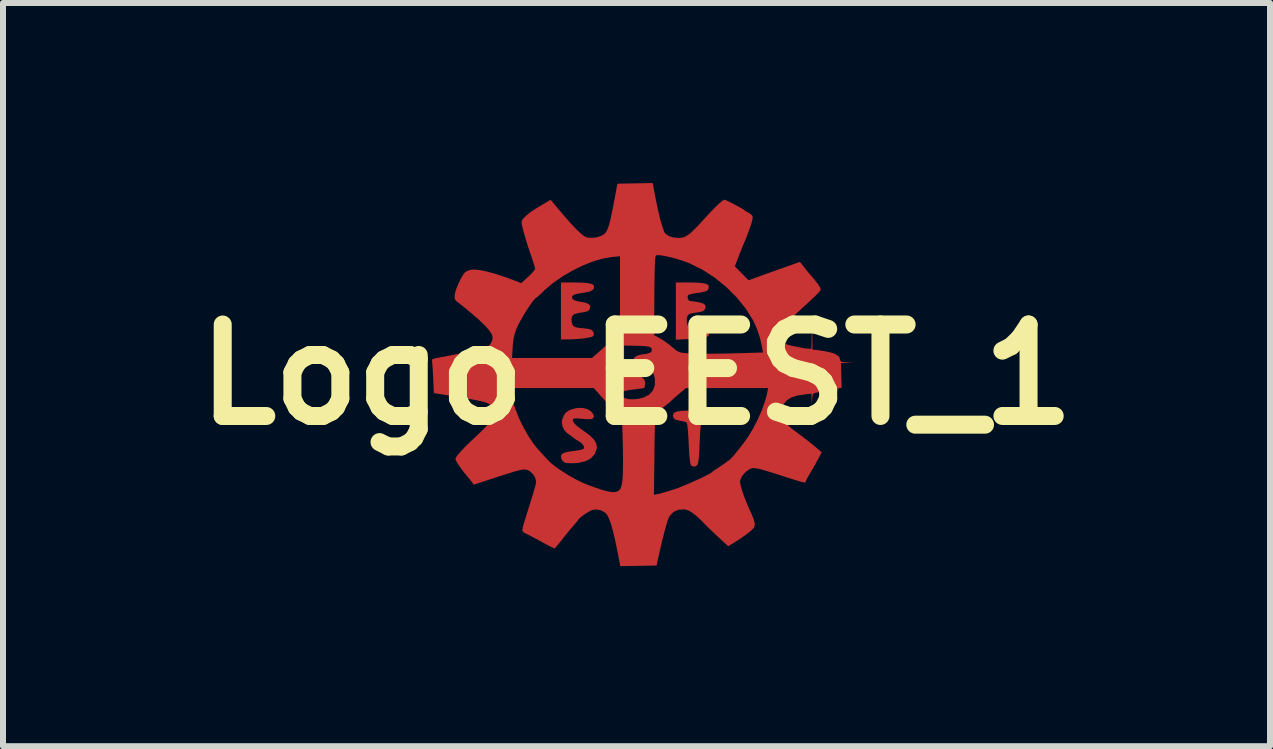
<source format=kicad_pcb>
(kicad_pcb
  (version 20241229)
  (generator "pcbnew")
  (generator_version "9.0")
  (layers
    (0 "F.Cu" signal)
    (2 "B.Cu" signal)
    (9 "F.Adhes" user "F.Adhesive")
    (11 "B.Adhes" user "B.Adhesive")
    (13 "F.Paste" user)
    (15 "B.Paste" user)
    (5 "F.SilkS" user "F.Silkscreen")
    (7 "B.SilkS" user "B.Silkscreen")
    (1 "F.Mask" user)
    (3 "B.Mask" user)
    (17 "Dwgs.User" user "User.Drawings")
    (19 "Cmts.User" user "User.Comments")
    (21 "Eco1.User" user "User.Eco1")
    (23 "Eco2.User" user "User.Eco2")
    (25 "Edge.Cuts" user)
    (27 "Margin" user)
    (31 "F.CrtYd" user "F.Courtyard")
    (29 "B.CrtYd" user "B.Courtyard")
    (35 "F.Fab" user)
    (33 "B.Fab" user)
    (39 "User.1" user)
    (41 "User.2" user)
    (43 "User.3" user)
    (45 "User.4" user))
  (footprint "Logo EEST_1"
    (layer "F.Cu")
    (at 7.555 3.191)
    (property "Reference" "Logo EEST_1" (at 0 0 0) (layer "F.SilkS") (effects (font (size 1.524 1.524) (thickness 0.3))))
    (attr board_only exclude_from_pos_files exclude_from_bom)
    (fp_poly (pts (xy 0.996 0.6) (xy 1.103 0.603) (xy 1.181 0.607) (xy 1.236 0.616) (xy 1.272 0.628) (xy 1.276 0.629) (xy 1.315 0.654) (xy 1.325 0.679) (xy 1.306 0.713) (xy 1.297 0.724) (xy 1.252 0.756) (xy 1.185 0.771) (xy 1.132 0.782) (xy 1.092 0.798) (xy 1.083 0.806) (xy 1.073 0.835) (xy 1.065 0.898) (xy 1.058 0.994) (xy 1.052 1.124) (xy 1.051 1.145) (xy 1.046 1.266) (xy 1.039 1.366) (xy 1.032 1.441) (xy 1.023 1.486) (xy 1.02 1.496) (xy 0.986 1.529) (xy 0.941 1.531) (xy 0.918 1.52) (xy 0.907 1.508) (xy 0.898 1.484) (xy 0.891 1.444) (xy 0.884 1.384) (xy 0.877 1.3) (xy 0.871 1.189) (xy 0.865 1.072) (xy 0.858 0.959) (xy 0.851 0.878) (xy 0.843 0.825) (xy 0.833 0.798) (xy 0.829 0.794) (xy 0.799 0.783) (xy 0.749 0.773) (xy 0.724 0.769) (xy 0.654 0.752) (xy 0.616 0.724) (xy 0.607 0.682) (xy 0.61 0.666) (xy 0.622 0.642) (xy 0.649 0.624) (xy 0.692 0.612) (xy 0.758 0.604) (xy 0.849 0.6) (xy 0.97 0.6)) (stroke (width 0) (type solid)) (fill yes) (layer "F.Cu"))
    (fp_poly (pts (xy -0.912 -1.532) (xy -0.819 -1.525) (xy -0.755 -1.512) (xy -0.719 -1.493) (xy -0.707 -1.468) (xy -0.707 -1.467) (xy -0.714 -1.43) (xy -0.74 -1.402) (xy -0.788 -1.382) (xy -0.864 -1.367) (xy -0.897 -1.362) (xy -0.987 -1.347) (xy -1.045 -1.328) (xy -1.073 -1.304) (xy -1.073 -1.274) (xy -1.066 -1.26) (xy -1.035 -1.239) (xy -0.971 -1.22) (xy -0.926 -1.212) (xy -0.843 -1.195) (xy -0.793 -1.172) (xy -0.771 -1.143) (xy -0.776 -1.104) (xy -0.78 -1.094) (xy -0.792 -1.073) (xy -0.813 -1.057) (xy -0.848 -1.046) (xy -0.904 -1.035) (xy -0.971 -1.026) (xy -1.037 -1.008) (xy -1.074 -0.973) (xy -1.084 -0.917) (xy -1.079 -0.872) (xy -1.068 -0.832) (xy -1.047 -0.806) (xy -1.011 -0.788) (xy -0.953 -0.777) (xy -0.882 -0.771) (xy -0.807 -0.762) (xy -0.759 -0.749) (xy -0.733 -0.731) (xy -0.732 -0.729) (xy -0.71 -0.688) (xy -0.716 -0.652) (xy -0.721 -0.642) (xy -0.745 -0.629) (xy -0.797 -0.617) (xy -0.868 -0.605) (xy -0.953 -0.596) (xy -1.044 -0.589) (xy -1.133 -0.586) (xy -1.142 -0.586) (xy -1.259 -0.586) (xy -1.259 -1.535) (xy -1.037 -1.535)) (stroke (width 0) (type solid)) (fill yes) (layer "F.Cu"))
    (fp_poly (pts (xy 1 -1.533) (xy 1.092 -1.526) (xy 1.155 -1.513) (xy 1.192 -1.494) (xy 1.205 -1.467) (xy 1.198 -1.43) (xy 1.19 -1.414) (xy 1.173 -1.397) (xy 1.137 -1.383) (xy 1.078 -1.37) (xy 1.018 -1.361) (xy 0.939 -1.349) (xy 0.889 -1.337) (xy 0.862 -1.323) (xy 0.854 -1.311) (xy 0.852 -1.264) (xy 0.874 -1.233) (xy 0.904 -1.224) (xy 0.942 -1.221) (xy 0.999 -1.212) (xy 1.04 -1.205) (xy 1.109 -1.185) (xy 1.145 -1.157) (xy 1.151 -1.12) (xy 1.139 -1.088) (xy 1.125 -1.069) (xy 1.101 -1.055) (xy 1.06 -1.044) (xy 0.996 -1.033) (xy 0.947 -1.026) (xy 0.893 -1.015) (xy 0.862 -0.995) (xy 0.847 -0.972) (xy 0.837 -0.927) (xy 0.838 -0.874) (xy 0.848 -0.827) (xy 0.866 -0.8) (xy 0.89 -0.793) (xy 0.939 -0.784) (xy 1.004 -0.776) (xy 1.023 -0.773) (xy 1.119 -0.757) (xy 1.182 -0.734) (xy 1.212 -0.704) (xy 1.209 -0.667) (xy 1.204 -0.657) (xy 1.188 -0.639) (xy 1.163 -0.625) (xy 1.124 -0.614) (xy 1.066 -0.605) (xy 0.984 -0.599) (xy 0.873 -0.592) (xy 0.866 -0.592) (xy 0.655 -0.581) (xy 0.655 -1.535) (xy 0.877 -1.535)) (stroke (width 0) (type solid)) (fill yes) (layer "F.Cu"))
    (fp_poly (pts (xy -0.826 0.572) (xy -0.759 0.611) (xy -0.757 0.614) (xy -0.719 0.662) (xy -0.709 0.703) (xy -0.729 0.732) (xy -0.743 0.739) (xy -0.777 0.743) (xy -0.834 0.743) (xy -0.901 0.738) (xy -0.909 0.737) (xy -0.985 0.73) (xy -1.036 0.732) (xy -1.056 0.738) (xy -1.063 0.768) (xy -1.04 0.809) (xy -0.989 0.86) (xy -0.91 0.919) (xy -0.881 0.939) (xy -0.78 1.012) (xy -0.711 1.08) (xy -0.672 1.145) (xy -0.66 1.21) (xy -0.663 1.236) (xy -0.696 1.324) (xy -0.757 1.393) (xy -0.845 1.441) (xy -0.96 1.469) (xy -1.031 1.476) (xy -1.102 1.477) (xy -1.162 1.473) (xy -1.198 1.465) (xy -1.199 1.465) (xy -1.232 1.435) (xy -1.252 1.4) (xy -1.26 1.359) (xy -1.247 1.327) (xy -1.208 1.304) (xy -1.141 1.286) (xy -1.059 1.274) (xy -0.988 1.264) (xy -0.929 1.253) (xy -0.892 1.242) (xy -0.885 1.239) (xy -0.873 1.21) (xy -0.888 1.174) (xy -0.924 1.135) (xy -0.96 1.112) (xy -1.01 1.082) (xy -1.053 1.051) (xy -1.057 1.048) (xy -1.097 1.016) (xy -1.146 0.983) (xy -1.149 0.982) (xy -1.199 0.932) (xy -1.233 0.865) (xy -1.244 0.792) (xy -1.238 0.75) (xy -1.212 0.682) (xy -1.182 0.636) (xy -1.136 0.604) (xy -1.098 0.585) (xy -1.004 0.558) (xy -0.911 0.554)) (stroke (width 0) (type solid)) (fill yes) (layer "F.Cu"))
    (fp_poly (pts (xy 0.299 -3.031) (xy 0.335 -2.85) (xy 0.369 -2.694) (xy 0.401 -2.563) (xy 0.431 -2.461) (xy 0.457 -2.388) (xy 0.479 -2.348) (xy 0.48 -2.348) (xy 0.533 -2.31) (xy 0.61 -2.285) (xy 0.704 -2.276) (xy 0.707 -2.276) (xy 0.754 -2.28) (xy 0.799 -2.293) (xy 0.846 -2.318) (xy 0.9 -2.359) (xy 0.963 -2.418) (xy 1.041 -2.498) (xy 1.127 -2.593) (xy 1.225 -2.699) (xy 1.309 -2.786) (xy 1.378 -2.852) (xy 1.429 -2.895) (xy 1.46 -2.914) (xy 1.464 -2.914) (xy 1.485 -2.907) (xy 1.528 -2.887) (xy 1.584 -2.858) (xy 1.647 -2.826) (xy 1.707 -2.794) (xy 1.756 -2.767) (xy 1.787 -2.748) (xy 1.793 -2.743) (xy 1.813 -2.726) (xy 1.851 -2.704) (xy 1.855 -2.702) (xy 1.905 -2.673) (xy 1.931 -2.644) (xy 1.935 -2.605) (xy 1.922 -2.547) (xy 1.916 -2.525) (xy 1.888 -2.443) (xy 1.856 -2.353) (xy 1.824 -2.27) (xy 1.796 -2.204) (xy 1.793 -2.199) (xy 1.781 -2.169) (xy 1.759 -2.115) (xy 1.731 -2.046) (xy 1.707 -1.984) (xy 1.638 -1.803) (xy 1.752 -1.688) (xy 1.867 -1.572) (xy 2.084 -1.65) (xy 2.192 -1.689) (xy 2.314 -1.733) (xy 2.433 -1.775) (xy 2.512 -1.803) (xy 2.723 -1.878) (xy 2.779 -1.806) (xy 2.826 -1.746) (xy 2.878 -1.683) (xy 2.896 -1.663) (xy 2.974 -1.57) (xy 3.028 -1.5) (xy 3.06 -1.45) (xy 3.069 -1.419) (xy 3.061 -1.4) (xy 3.033 -1.367) (xy 2.985 -1.317) (xy 2.915 -1.25) (xy 2.822 -1.164) (xy 2.756 -1.104) (xy 2.639 -0.996) (xy 2.547 -0.906) (xy 2.481 -0.834) (xy 2.44 -0.782) (xy 2.43 -0.762) (xy 2.413 -0.685) (xy 2.421 -0.611) (xy 2.45 -0.549) (xy 2.498 -0.505) (xy 2.53 -0.493) (xy 2.626 -0.471) (xy 2.716 -0.453) (xy 2.794 -0.439) (xy 2.85 -0.432) (xy 2.866 -0.431) (xy 2.913 -0.431) (xy 2.924 -0.905) (xy 2.928 -0.662) (xy 2.931 -0.418) (xy 3.022 -0.407) (xy 3.122 -0.392) (xy 3.209 -0.375) (xy 3.277 -0.356) (xy 3.319 -0.338) (xy 3.325 -0.333) (xy 3.351 -0.314) (xy 3.362 -0.31) (xy 3.376 -0.296) (xy 3.388 -0.26) (xy 3.388 -0.259) (xy 3.396 -0.231) (xy 3.412 -0.215) (xy 3.442 -0.207) (xy 3.498 -0.203) (xy 3.506 -0.202) (xy 3.613 -0.196) (xy 3.509 -0.193) (xy 3.406 -0.19) (xy 3.412 0.014) (xy 3.418 0.219) (xy 3.222 0.257) (xy 3.139 0.273) (xy 3.065 0.287) (xy 3.008 0.298) (xy 2.98 0.304) (xy 2.952 0.312) (xy 2.937 0.331) (xy 2.93 0.369) (xy 2.927 0.402) (xy 2.921 0.491) (xy 2.917 0.404) (xy 2.914 0.317) (xy 2.806 0.329) (xy 2.677 0.35) (xy 2.577 0.382) (xy 2.503 0.429) (xy 2.451 0.493) (xy 2.418 0.577) (xy 2.406 0.631) (xy 2.402 0.674) (xy 2.408 0.707) (xy 2.431 0.743) (xy 2.46 0.78) (xy 2.514 0.836) (xy 2.578 0.893) (xy 2.612 0.92) (xy 2.739 1.014) (xy 2.843 1.094) (xy 2.929 1.163) (xy 3.005 1.226) (xy 3.019 1.238) (xy 3.085 1.295) (xy 3.019 1.419) (xy 2.977 1.496) (xy 2.931 1.578) (xy 2.891 1.645) (xy 2.858 1.701) (xy 2.832 1.749) (xy 2.819 1.777) (xy 2.816 1.787) (xy 2.813 1.794) (xy 2.805 1.797) (xy 2.788 1.797) (xy 2.759 1.79) (xy 2.715 1.778) (xy 2.651 1.759) (xy 2.564 1.731) (xy 2.451 1.695) (xy 2.362 1.667) (xy 2.234 1.626) (xy 2.135 1.596) (xy 2.06 1.575) (xy 2.003 1.563) (xy 1.962 1.558) (xy 1.93 1.559) (xy 1.904 1.566) (xy 1.884 1.575) (xy 1.821 1.619) (xy 1.769 1.677) (xy 1.734 1.737) (xy 1.724 1.783) (xy 1.732 1.839) (xy 1.755 1.921) (xy 1.79 2.024) (xy 1.836 2.141) (xy 1.892 2.27) (xy 1.915 2.319) (xy 1.953 2.413) (xy 1.97 2.487) (xy 1.964 2.537) (xy 1.964 2.54) (xy 1.938 2.572) (xy 1.887 2.618) (xy 1.817 2.672) (xy 1.734 2.73) (xy 1.642 2.789) (xy 1.631 2.796) (xy 1.527 2.859) (xy 1.389 2.732) (xy 1.318 2.667) (xy 1.246 2.597) (xy 1.181 2.534) (xy 1.155 2.508) (xy 1.063 2.415) (xy 0.987 2.346) (xy 0.925 2.298) (xy 0.871 2.267) (xy 0.822 2.25) (xy 0.796 2.246) (xy 0.7 2.251) (xy 0.619 2.287) (xy 0.557 2.349) (xy 0.537 2.383) (xy 0.519 2.43) (xy 0.496 2.506) (xy 0.468 2.606) (xy 0.437 2.726) (xy 0.405 2.861) (xy 0.372 3.006) (xy 0.358 3.069) (xy 0.334 3.181) (xy -0.27 3.191) (xy -0.325 2.91) (xy -0.361 2.737) (xy -0.395 2.596) (xy -0.427 2.484) (xy -0.458 2.4) (xy -0.488 2.34) (xy -0.52 2.303) (xy -0.52 2.302) (xy -0.591 2.262) (xy -0.67 2.246) (xy -0.739 2.255) (xy -0.775 2.273) (xy -0.823 2.301) (xy -0.875 2.335) (xy -0.922 2.369) (xy -0.955 2.397) (xy -0.966 2.411) (xy -0.977 2.429) (xy -1.005 2.464) (xy -1.042 2.507) (xy -1.086 2.557) (xy -1.141 2.624) (xy -1.201 2.698) (xy -1.236 2.743) (xy -1.284 2.804) (xy -1.326 2.854) (xy -1.355 2.886) (xy -1.368 2.896) (xy -1.388 2.888) (xy -1.431 2.867) (xy -1.492 2.835) (xy -1.564 2.796) (xy -1.566 2.795) (xy -1.647 2.751) (xy -1.725 2.709) (xy -1.792 2.674) (xy -1.832 2.654) (xy -1.864 2.639) (xy -1.886 2.626) (xy -1.899 2.609) (xy -1.902 2.585) (xy -1.896 2.546) (xy -1.88 2.488) (xy -1.854 2.405) (xy -1.833 2.337) (xy -1.787 2.191) (xy -1.751 2.075) (xy -1.729 2.002) (xy 0.29 2.002) (xy 0.356 1.991) (xy 0.399 1.981) (xy 0.465 1.962) (xy 0.545 1.938) (xy 0.626 1.912) (xy 0.696 1.888) (xy 0.779 1.855) (xy 0.871 1.816) (xy 0.966 1.774) (xy 1.056 1.733) (xy 1.137 1.694) (xy 1.201 1.66) (xy 1.245 1.635) (xy 1.259 1.623) (xy 1.277 1.608) (xy 1.316 1.582) (xy 1.362 1.552) (xy 1.418 1.515) (xy 1.465 1.482) (xy 1.491 1.462) (xy 1.52 1.439) (xy 1.537 1.431) (xy 1.555 1.418) (xy 1.588 1.383) (xy 1.634 1.331) (xy 1.686 1.267) (xy 1.74 1.198) (xy 1.793 1.129) (xy 1.84 1.064) (xy 1.866 1.026) (xy 1.945 0.893) (xy 2.019 0.748) (xy 2.085 0.599) (xy 2.137 0.456) (xy 2.173 0.328) (xy 2.18 0.289) (xy 2.192 0.224) (xy 0.823 0.224) (xy 0.726 0.306) (xy 0.673 0.351) (xy 0.625 0.393) (xy 0.594 0.422) (xy 0.594 0.422) (xy 0.547 0.465) (xy 0.491 0.51) (xy 0.435 0.552) (xy 0.387 0.585) (xy 0.354 0.602) (xy 0.348 0.604) (xy 0.337 0.607) (xy 0.329 0.621) (xy 0.322 0.648) (xy 0.316 0.69) (xy 0.311 0.75) (xy 0.307 0.832) (xy 0.304 0.938) (xy 0.301 1.072) (xy 0.299 1.235) (xy 0.298 1.342) (xy 0.29 2.002) (xy -1.729 2.002) (xy -1.723 1.984) (xy -1.703 1.915) (xy -1.689 1.865) (xy -1.68 1.829) (xy -1.675 1.804) (xy -1.673 1.786) (xy -1.673 1.78) (xy -1.687 1.72) (xy -1.724 1.66) (xy -1.776 1.611) (xy -1.798 1.598) (xy -1.822 1.588) (xy -1.848 1.582) (xy -1.878 1.581) (xy -1.918 1.587) (xy -1.972 1.599) (xy -2.043 1.618) (xy -2.135 1.647) (xy -2.253 1.684) (xy -2.361 1.719) (xy -2.712 1.834) (xy -2.748 1.783) (xy -2.784 1.738) (xy -2.827 1.686) (xy -2.838 1.673) (xy -2.882 1.62) (xy -2.927 1.559) (xy -2.968 1.5) (xy -2.999 1.448) (xy -3.016 1.413) (xy -3.018 1.405) (xy -3.005 1.376) (xy -2.97 1.329) (xy -2.916 1.267) (xy -2.846 1.193) (xy -2.763 1.113) (xy -2.733 1.085) (xy -2.618 0.977) (xy -2.529 0.888) (xy -2.463 0.818) (xy -2.42 0.764) (xy -2.402 0.735) (xy -2.385 0.668) (xy -2.392 0.592) (xy -2.421 0.526) (xy -2.434 0.509) (xy -2.451 0.493) (xy -2.476 0.479) (xy -2.51 0.465) (xy -2.558 0.451) (xy -2.622 0.437) (xy -2.705 0.42) (xy -2.811 0.401) (xy -2.941 0.378) (xy -3.101 0.352) (xy -3.262 0.326) (xy -3.376 0.308) (xy -3.38 0.224) (xy -2.124 0.224) (xy -2.112 0.28) (xy -2.102 0.317) (xy -2.083 0.379) (xy -2.058 0.457) (xy -2.029 0.543) (xy -2.024 0.558) (xy -1.964 0.714) (xy -1.889 0.871) (xy -1.804 1.02) (xy -1.716 1.153) (xy -1.629 1.259) (xy -1.573 1.32) (xy -1.514 1.384) (xy -1.47 1.431) (xy -1.412 1.486) (xy -1.33 1.549) (xy -1.23 1.616) (xy -1.122 1.684) (xy -1.011 1.746) (xy -0.906 1.798) (xy -0.828 1.832) (xy -0.684 1.884) (xy -0.567 1.923) (xy -0.474 1.947) (xy -0.403 1.958) (xy -0.348 1.956) (xy -0.307 1.941) (xy -0.276 1.914) (xy -0.273 1.91) (xy -0.254 1.866) (xy -0.239 1.791) (xy -0.232 1.727) (xy -0.228 1.663) (xy -0.226 1.575) (xy -0.225 1.471) (xy -0.226 1.356) (xy -0.227 1.234) (xy -0.23 1.111) (xy -0.233 0.994) (xy -0.237 0.887) (xy -0.241 0.795) (xy -0.246 0.725) (xy -0.252 0.682) (xy -0.254 0.672) (xy -0.278 0.639) (xy -0.321 0.6) (xy -0.356 0.575) (xy -0.404 0.542) (xy -0.444 0.512) (xy -0.482 0.478) (xy -0.525 0.434) (xy -0.58 0.373) (xy -0.611 0.339) (xy -0.63 0.317) (xy -0.251 0.317) (xy -0.236 0.354) (xy -0.204 0.386) (xy -0.184 0.396) (xy -0.12 0.41) (xy -0.037 0.411) (xy 0.051 0.4) (xy 0.125 0.379) (xy 0.214 0.331) (xy 0.274 0.263) (xy 0.305 0.178) (xy 0.306 0.078) (xy 0.295 0.023) (xy 0.276 -0.025) (xy 0.243 -0.063) (xy 0.192 -0.098) (xy 0.115 -0.133) (xy 0.08 -0.147) (xy 0.026 -0.173) (xy -0.017 -0.204) (xy -0.03 -0.219) (xy -0.047 -0.251) (xy -0.041 -0.274) (xy -0.027 -0.292) (xy 0.013 -0.316) (xy 0.08 -0.333) (xy 0.1 -0.336) (xy 0.179 -0.349) (xy 0.229 -0.366) (xy 0.252 -0.39) (xy 0.255 -0.419) (xy 0.247 -0.442) (xy 0.225 -0.458) (xy 0.185 -0.469) (xy 0.123 -0.476) (xy 0.034 -0.48) (xy -0.03 -0.481) (xy -0.207 -0.483) (xy -0.207 -0.297) (xy -0.206 -0.217) (xy -0.203 -0.146) (xy -0.199 -0.095) (xy -0.196 -0.074) (xy -0.176 -0.043) (xy -0.131 -0.019) (xy -0.057 0.001) (xy -0.001 0.011) (xy 0.074 0.034) (xy 0.123 0.074) (xy 0.145 0.127) (xy 0.143 0.161) (xy 0.135 0.201) (xy 0.128 0.222) (xy 0.127 0.222) (xy 0.109 0.227) (xy 0.064 0.234) (xy -0.001 0.242) (xy -0.05 0.248) (xy -0.125 0.258) (xy -0.188 0.27) (xy -0.23 0.281) (xy -0.242 0.287) (xy -0.251 0.317) (xy -0.63 0.317) (xy -0.712 0.224) (xy -2.124 0.224) (xy -3.38 0.224) (xy -3.388 0.055) (xy -3.393 -0.037) (xy -3.398 -0.118) (xy -3.402 -0.182) (xy -3.407 -0.221) (xy -3.408 -0.228) (xy -3.403 -0.254) (xy -3.376 -0.266) (xy -3.348 -0.272) (xy -3.327 -0.276) (xy -2.074 -0.276) (xy -0.744 -0.276) (xy -0.661 -0.348) (xy -0.613 -0.39) (xy -0.55 -0.447) (xy -0.479 -0.51) (xy -0.427 -0.559) (xy -0.32 -0.657) (xy 0.292 -0.657) (xy 0.348 -0.628) (xy 0.44 -0.574) (xy 0.537 -0.506) (xy 0.622 -0.435) (xy 0.625 -0.432) (xy 0.68 -0.39) (xy 0.739 -0.368) (xy 0.781 -0.361) (xy 0.863 -0.354) (xy 0.978 -0.35) (xy 1.123 -0.348) (xy 1.296 -0.348) (xy 1.495 -0.351) (xy 1.704 -0.356) (xy 2.106 -0.368) (xy 2.095 -0.438) (xy 2.058 -0.608) (xy 2.001 -0.776) (xy 1.94 -0.908) (xy 1.817 -1.103) (xy 1.666 -1.289) (xy 1.492 -1.462) (xy 1.3 -1.617) (xy 1.096 -1.749) (xy 0.885 -1.853) (xy 0.854 -1.866) (xy 0.765 -1.898) (xy 0.669 -1.928) (xy 0.575 -1.953) (xy 0.486 -1.973) (xy 0.411 -1.986) (xy 0.354 -1.991) (xy 0.324 -1.985) (xy 0.322 -1.984) (xy 0.316 -1.966) (xy 0.311 -1.924) (xy 0.307 -1.856) (xy 0.303 -1.76) (xy 0.301 -1.634) (xy 0.298 -1.478) (xy 0.297 -1.311) (xy 0.292 -0.657) (xy -0.32 -0.657) (xy -0.276 -0.698) (xy -0.276 -1.971) (xy -0.403 -1.96) (xy -0.553 -1.935) (xy -0.717 -1.888) (xy -0.889 -1.82) (xy -1.063 -1.735) (xy -1.23 -1.638) (xy -1.385 -1.531) (xy -1.52 -1.418) (xy -1.532 -1.406) (xy -1.587 -1.353) (xy -1.636 -1.309) (xy -1.671 -1.279) (xy -1.683 -1.271) (xy -1.709 -1.246) (xy -1.746 -1.198) (xy -1.792 -1.131) (xy -1.842 -1.054) (xy -1.892 -0.972) (xy -1.938 -0.891) (xy -1.976 -0.818) (xy -2 -0.766) (xy -2.029 -0.684) (xy -2.047 -0.606) (xy -2.059 -0.519) (xy -2.064 -0.453) (xy -2.074 -0.276) (xy -3.327 -0.276) (xy -3.292 -0.283) (xy -3.213 -0.298) (xy -3.115 -0.317) (xy -3.006 -0.339) (xy -2.949 -0.35) (xy -2.833 -0.373) (xy -2.726 -0.396) (xy -2.632 -0.418) (xy -2.558 -0.436) (xy -2.509 -0.451) (xy -2.497 -0.455) (xy -2.439 -0.501) (xy -2.404 -0.568) (xy -2.397 -0.62) (xy -2.411 -0.67) (xy -2.453 -0.736) (xy -2.524 -0.816) (xy -2.624 -0.912) (xy -2.753 -1.024) (xy -2.911 -1.153) (xy -2.962 -1.193) (xy -3.005 -1.228) (xy -3.026 -1.256) (xy -3.031 -1.29) (xy -3.029 -1.329) (xy -3.018 -1.383) (xy -2.992 -1.456) (xy -2.958 -1.535) (xy -2.921 -1.611) (xy -2.884 -1.672) (xy -2.866 -1.694) (xy -2.832 -1.72) (xy -2.783 -1.741) (xy -2.778 -1.743) (xy -2.71 -1.751) (xy -2.616 -1.742) (xy -2.496 -1.718) (xy -2.354 -1.679) (xy -2.193 -1.626) (xy -2.051 -1.574) (xy -1.921 -1.524) (xy -1.805 -1.629) (xy -1.754 -1.679) (xy -1.715 -1.723) (xy -1.693 -1.754) (xy -1.69 -1.762) (xy -1.695 -1.789) (xy -1.71 -1.84) (xy -1.732 -1.909) (xy -1.758 -1.988) (xy -1.759 -1.99) (xy -1.808 -2.134) (xy -1.848 -2.263) (xy -1.88 -2.373) (xy -1.902 -2.459) (xy -1.913 -2.519) (xy -1.914 -2.535) (xy -1.911 -2.561) (xy -1.898 -2.587) (xy -1.87 -2.618) (xy -1.824 -2.66) (xy -1.764 -2.709) (xy -1.735 -2.729) (xy -1.685 -2.761) (xy -1.621 -2.8) (xy -1.581 -2.824) (xy -1.431 -2.913) (xy -1.305 -2.761) (xy -1.183 -2.618) (xy -1.079 -2.501) (xy -0.993 -2.411) (xy -0.922 -2.345) (xy -0.866 -2.303) (xy -0.823 -2.284) (xy -0.822 -2.283) (xy -0.743 -2.277) (xy -0.659 -2.288) (xy -0.584 -2.313) (xy -0.536 -2.343) (xy -0.513 -2.369) (xy -0.493 -2.401) (xy -0.474 -2.445) (xy -0.455 -2.503) (xy -0.435 -2.582) (xy -0.413 -2.684) (xy -0.387 -2.814) (xy -0.375 -2.88) (xy -0.318 -3.181) (xy -0.024 -3.186) (xy 0.269 -3.191)) (stroke (width 0) (type solid)) (fill yes) (layer "F.Cu")))
  (gr_rect
    (start -3 -3)
    (end 18.109 9.382)
    (stroke (width 0.1) (type default))
    (fill no)
    (layer "Edge.Cuts")))
</source>
